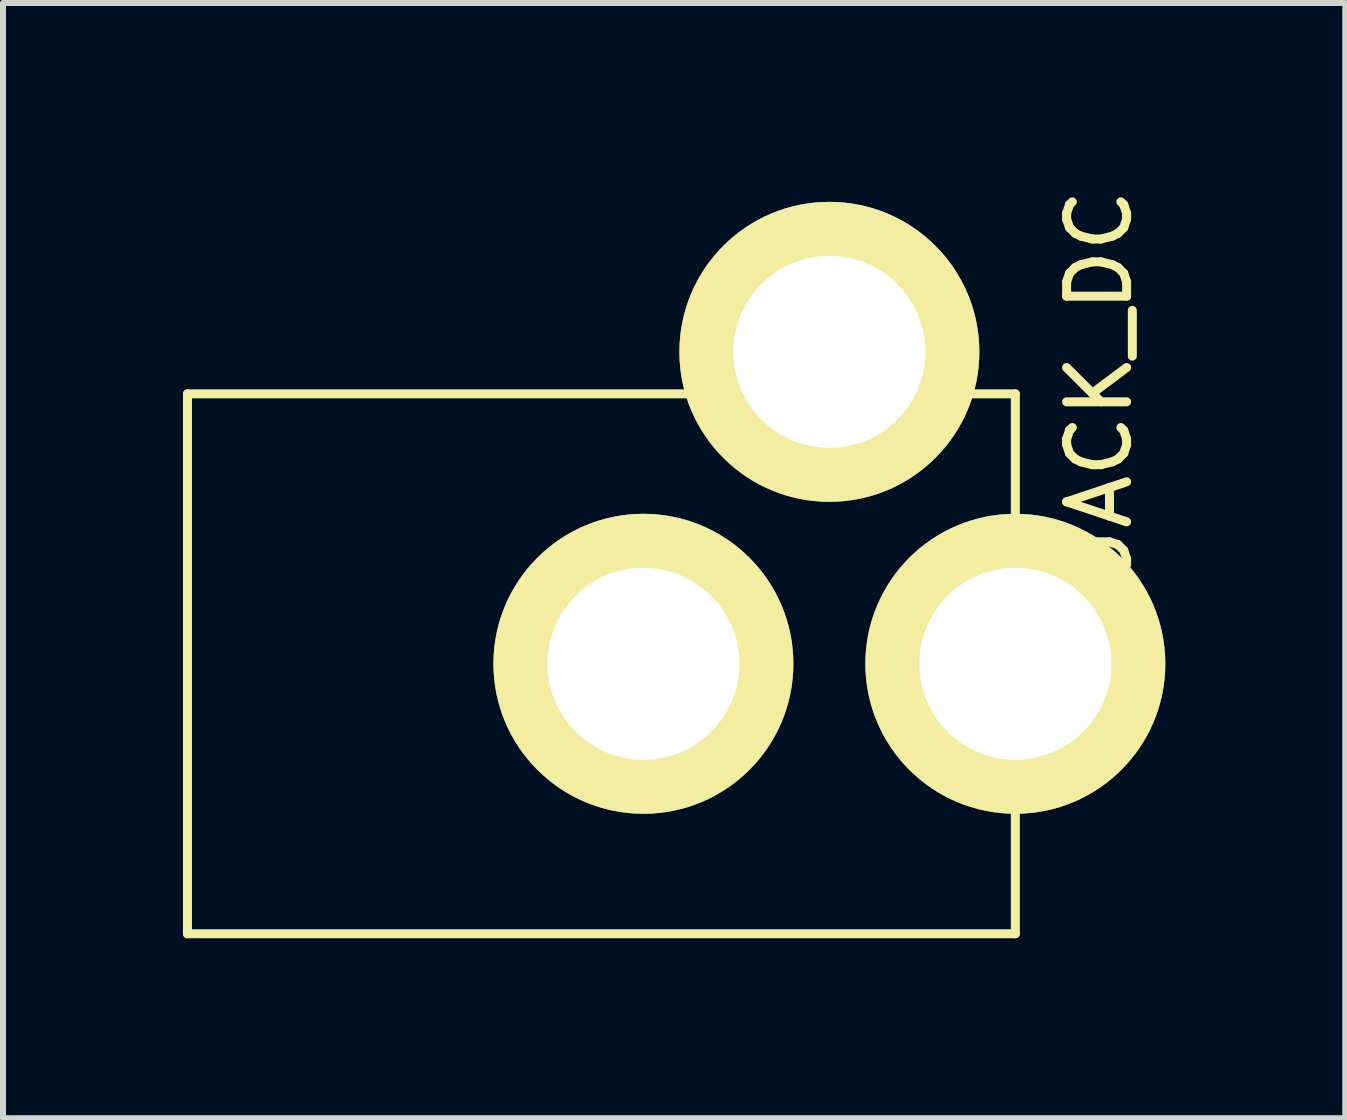
<source format=kicad_pcb>
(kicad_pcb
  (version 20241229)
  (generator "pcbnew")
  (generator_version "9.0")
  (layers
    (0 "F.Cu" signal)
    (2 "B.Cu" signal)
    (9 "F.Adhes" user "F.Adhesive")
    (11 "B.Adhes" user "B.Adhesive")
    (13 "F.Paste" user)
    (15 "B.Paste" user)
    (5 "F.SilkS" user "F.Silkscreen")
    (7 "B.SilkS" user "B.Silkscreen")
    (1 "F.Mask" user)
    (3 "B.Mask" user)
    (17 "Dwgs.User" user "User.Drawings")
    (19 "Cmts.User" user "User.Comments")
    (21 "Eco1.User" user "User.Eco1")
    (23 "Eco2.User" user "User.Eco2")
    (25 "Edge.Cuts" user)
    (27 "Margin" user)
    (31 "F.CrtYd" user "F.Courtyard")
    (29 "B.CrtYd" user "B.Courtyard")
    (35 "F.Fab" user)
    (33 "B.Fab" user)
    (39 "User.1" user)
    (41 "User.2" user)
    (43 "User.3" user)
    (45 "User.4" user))
  (footprint "JACK_DC"
    (layer "F.Cu")
    (at 10.775 8.015)
    (property "Reference" "JACK_DC" (at 4.5 -4.7 270) (layer "F.SilkS") (effects (font (size 1 1) (thickness 0.15))))
    (attr through_hole)
    (fp_line (start -10.7 -4.5) (end -10.7 4.5) (stroke (width 0.15) (type solid)) (layer "F.SilkS"))
    (fp_line (start -10.7 4.5) (end 3.1 4.5) (stroke (width 0.15) (type solid)) (layer "F.SilkS"))
    (fp_line (start 3.1 -4.5) (end -10.7 -4.5) (stroke (width 0.15) (type solid)) (layer "F.SilkS"))
    (fp_line (start 3.1 -4.5) (end 3.1 4.5) (stroke (width 0.15) (type solid)) (layer "F.SilkS"))
    (pad "1" thru_hole circle (at 3.1 0) (size 5 5) (drill 3.2) (layers "*.Cu" "*.Mask" "F.SilkS"))
    (pad "2" thru_hole circle (at -3.1 0) (size 5 5) (drill 3.2) (layers "*.Cu" "*.Mask" "F.SilkS"))
    (pad "3" thru_hole circle (at 0 -5.2) (size 5 5) (drill 3.2) (layers "*.Cu" "*.Mask" "F.SilkS")))
  (gr_rect
    (start -3 -3)
    (end 19.375 15.59)
    (stroke (width 0.1) (type default))
    (fill no)
    (layer "Edge.Cuts")))
</source>
